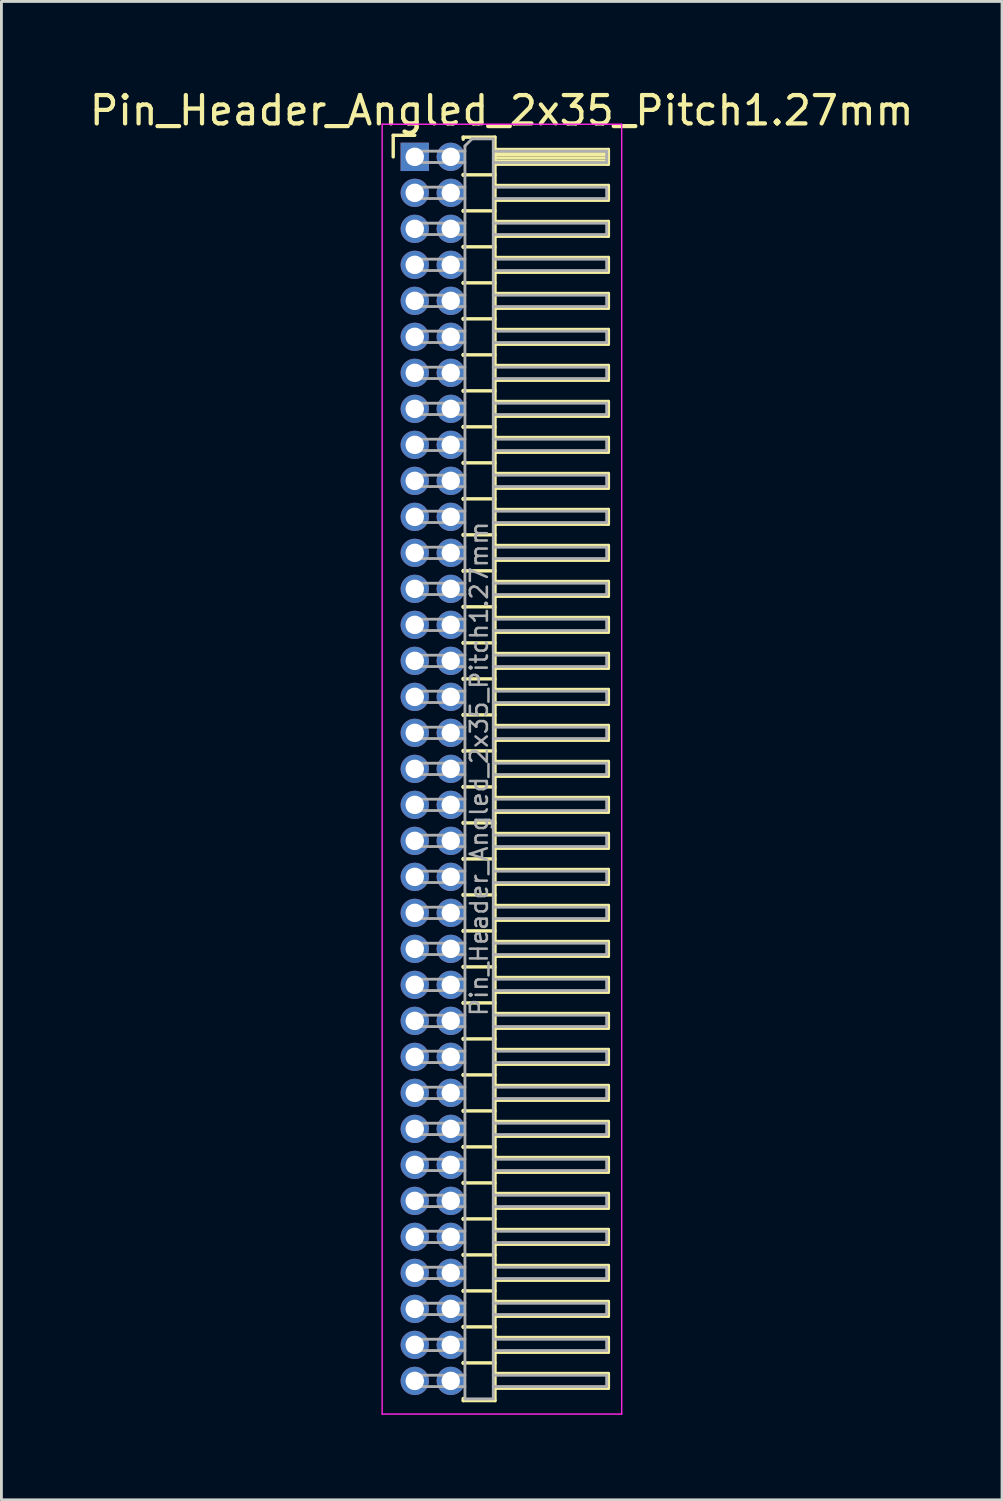
<source format=kicad_pcb>
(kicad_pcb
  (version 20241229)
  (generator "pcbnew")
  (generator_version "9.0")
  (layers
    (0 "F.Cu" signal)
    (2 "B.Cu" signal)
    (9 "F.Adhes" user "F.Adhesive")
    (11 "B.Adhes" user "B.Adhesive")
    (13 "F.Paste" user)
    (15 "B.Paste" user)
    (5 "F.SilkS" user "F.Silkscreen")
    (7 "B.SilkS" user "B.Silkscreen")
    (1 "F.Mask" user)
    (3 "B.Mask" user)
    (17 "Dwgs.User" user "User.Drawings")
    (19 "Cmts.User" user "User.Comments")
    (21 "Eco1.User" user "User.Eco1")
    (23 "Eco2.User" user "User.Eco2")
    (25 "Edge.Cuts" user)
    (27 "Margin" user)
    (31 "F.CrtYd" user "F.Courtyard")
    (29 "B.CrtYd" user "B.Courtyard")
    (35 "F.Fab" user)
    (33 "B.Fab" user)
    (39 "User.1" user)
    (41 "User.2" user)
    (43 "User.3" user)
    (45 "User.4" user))
  (footprint "Pin_Header_Angled_2x35_Pitch1.27mm"
    (layer "F.Cu")
    (at 11.581 2.483)
    (property "Reference" "Pin_Header_Angled_2x35_Pitch1.27mm" (at 3.067 -1.635 0) (layer "F.SilkS") (effects (font (size 1 1) (thickness 0.15))))
    (attr through_hole)
    (fp_line (start -0.76 -0.76) (end 0 -0.76) (stroke (width 0.12) (type solid)) (layer "F.SilkS"))
    (fp_line (start -0.76 0) (end -0.76 -0.76) (stroke (width 0.12) (type solid)) (layer "F.SilkS"))
    (fp_line (start 1.71 -0.695) (end 2.83 -0.695) (stroke (width 0.12) (type solid)) (layer "F.SilkS"))
    (fp_line (start 1.71 -0.62) (end 1.71 -0.695) (stroke (width 0.12) (type solid)) (layer "F.SilkS"))
    (fp_line (start 1.71 0.62) (end 1.71 0.65) (stroke (width 0.12) (type solid)) (layer "F.SilkS"))
    (fp_line (start 1.71 0.635) (end 2.83 0.635) (stroke (width 0.12) (type solid)) (layer "F.SilkS"))
    (fp_line (start 1.71 1.89) (end 1.71 1.92) (stroke (width 0.12) (type solid)) (layer "F.SilkS"))
    (fp_line (start 1.71 1.905) (end 2.83 1.905) (stroke (width 0.12) (type solid)) (layer "F.SilkS"))
    (fp_line (start 1.71 3.16) (end 1.71 3.19) (stroke (width 0.12) (type solid)) (layer "F.SilkS"))
    (fp_line (start 1.71 3.175) (end 2.83 3.175) (stroke (width 0.12) (type solid)) (layer "F.SilkS"))
    (fp_line (start 1.71 4.43) (end 1.71 4.46) (stroke (width 0.12) (type solid)) (layer "F.SilkS"))
    (fp_line (start 1.71 4.445) (end 2.83 4.445) (stroke (width 0.12) (type solid)) (layer "F.SilkS"))
    (fp_line (start 1.71 5.7) (end 1.71 5.73) (stroke (width 0.12) (type solid)) (layer "F.SilkS"))
    (fp_line (start 1.71 5.715) (end 2.83 5.715) (stroke (width 0.12) (type solid)) (layer "F.SilkS"))
    (fp_line (start 1.71 6.97) (end 1.71 7) (stroke (width 0.12) (type solid)) (layer "F.SilkS"))
    (fp_line (start 1.71 6.985) (end 2.83 6.985) (stroke (width 0.12) (type solid)) (layer "F.SilkS"))
    (fp_line (start 1.71 8.24) (end 1.71 8.27) (stroke (width 0.12) (type solid)) (layer "F.SilkS"))
    (fp_line (start 1.71 8.255) (end 2.83 8.255) (stroke (width 0.12) (type solid)) (layer "F.SilkS"))
    (fp_line (start 1.71 9.51) (end 1.71 9.54) (stroke (width 0.12) (type solid)) (layer "F.SilkS"))
    (fp_line (start 1.71 9.525) (end 2.83 9.525) (stroke (width 0.12) (type solid)) (layer "F.SilkS"))
    (fp_line (start 1.71 10.78) (end 1.71 10.81) (stroke (width 0.12) (type solid)) (layer "F.SilkS"))
    (fp_line (start 1.71 10.795) (end 2.83 10.795) (stroke (width 0.12) (type solid)) (layer "F.SilkS"))
    (fp_line (start 1.71 12.05) (end 1.71 12.08) (stroke (width 0.12) (type solid)) (layer "F.SilkS"))
    (fp_line (start 1.71 12.065) (end 2.83 12.065) (stroke (width 0.12) (type solid)) (layer "F.SilkS"))
    (fp_line (start 1.71 13.32) (end 1.71 13.35) (stroke (width 0.12) (type solid)) (layer "F.SilkS"))
    (fp_line (start 1.71 13.335) (end 2.83 13.335) (stroke (width 0.12) (type solid)) (layer "F.SilkS"))
    (fp_line (start 1.71 14.59) (end 1.71 14.62) (stroke (width 0.12) (type solid)) (layer "F.SilkS"))
    (fp_line (start 1.71 14.605) (end 2.83 14.605) (stroke (width 0.12) (type solid)) (layer "F.SilkS"))
    (fp_line (start 1.71 15.86) (end 1.71 15.89) (stroke (width 0.12) (type solid)) (layer "F.SilkS"))
    (fp_line (start 1.71 15.875) (end 2.83 15.875) (stroke (width 0.12) (type solid)) (layer "F.SilkS"))
    (fp_line (start 1.71 17.13) (end 1.71 17.16) (stroke (width 0.12) (type solid)) (layer "F.SilkS"))
    (fp_line (start 1.71 17.145) (end 2.83 17.145) (stroke (width 0.12) (type solid)) (layer "F.SilkS"))
    (fp_line (start 1.71 18.4) (end 1.71 18.43) (stroke (width 0.12) (type solid)) (layer "F.SilkS"))
    (fp_line (start 1.71 18.415) (end 2.83 18.415) (stroke (width 0.12) (type solid)) (layer "F.SilkS"))
    (fp_line (start 1.71 19.67) (end 1.71 19.7) (stroke (width 0.12) (type solid)) (layer "F.SilkS"))
    (fp_line (start 1.71 19.685) (end 2.83 19.685) (stroke (width 0.12) (type solid)) (layer "F.SilkS"))
    (fp_line (start 1.71 20.94) (end 1.71 20.97) (stroke (width 0.12) (type solid)) (layer "F.SilkS"))
    (fp_line (start 1.71 20.955) (end 2.83 20.955) (stroke (width 0.12) (type solid)) (layer "F.SilkS"))
    (fp_line (start 1.71 22.21) (end 1.71 22.24) (stroke (width 0.12) (type solid)) (layer "F.SilkS"))
    (fp_line (start 1.71 22.225) (end 2.83 22.225) (stroke (width 0.12) (type solid)) (layer "F.SilkS"))
    (fp_line (start 1.71 23.48) (end 1.71 23.51) (stroke (width 0.12) (type solid)) (layer "F.SilkS"))
    (fp_line (start 1.71 23.495) (end 2.83 23.495) (stroke (width 0.12) (type solid)) (layer "F.SilkS"))
    (fp_line (start 1.71 24.75) (end 1.71 24.78) (stroke (width 0.12) (type solid)) (layer "F.SilkS"))
    (fp_line (start 1.71 24.765) (end 2.83 24.765) (stroke (width 0.12) (type solid)) (layer "F.SilkS"))
    (fp_line (start 1.71 26.02) (end 1.71 26.05) (stroke (width 0.12) (type solid)) (layer "F.SilkS"))
    (fp_line (start 1.71 26.035) (end 2.83 26.035) (stroke (width 0.12) (type solid)) (layer "F.SilkS"))
    (fp_line (start 1.71 27.29) (end 1.71 27.32) (stroke (width 0.12) (type solid)) (layer "F.SilkS"))
    (fp_line (start 1.71 27.305) (end 2.83 27.305) (stroke (width 0.12) (type solid)) (layer "F.SilkS"))
    (fp_line (start 1.71 28.56) (end 1.71 28.59) (stroke (width 0.12) (type solid)) (layer "F.SilkS"))
    (fp_line (start 1.71 28.575) (end 2.83 28.575) (stroke (width 0.12) (type solid)) (layer "F.SilkS"))
    (fp_line (start 1.71 29.83) (end 1.71 29.86) (stroke (width 0.12) (type solid)) (layer "F.SilkS"))
    (fp_line (start 1.71 29.845) (end 2.83 29.845) (stroke (width 0.12) (type solid)) (layer "F.SilkS"))
    (fp_line (start 1.71 31.1) (end 1.71 31.13) (stroke (width 0.12) (type solid)) (layer "F.SilkS"))
    (fp_line (start 1.71 31.115) (end 2.83 31.115) (stroke (width 0.12) (type solid)) (layer "F.SilkS"))
    (fp_line (start 1.71 32.37) (end 1.71 32.4) (stroke (width 0.12) (type solid)) (layer "F.SilkS"))
    (fp_line (start 1.71 32.385) (end 2.83 32.385) (stroke (width 0.12) (type solid)) (layer "F.SilkS"))
    (fp_line (start 1.71 33.64) (end 1.71 33.67) (stroke (width 0.12) (type solid)) (layer "F.SilkS"))
    (fp_line (start 1.71 33.655) (end 2.83 33.655) (stroke (width 0.12) (type solid)) (layer "F.SilkS"))
    (fp_line (start 1.71 34.91) (end 1.71 34.94) (stroke (width 0.12) (type solid)) (layer "F.SilkS"))
    (fp_line (start 1.71 34.925) (end 2.83 34.925) (stroke (width 0.12) (type solid)) (layer "F.SilkS"))
    (fp_line (start 1.71 36.18) (end 1.71 36.21) (stroke (width 0.12) (type solid)) (layer "F.SilkS"))
    (fp_line (start 1.71 36.195) (end 2.83 36.195) (stroke (width 0.12) (type solid)) (layer "F.SilkS"))
    (fp_line (start 1.71 37.45) (end 1.71 37.48) (stroke (width 0.12) (type solid)) (layer "F.SilkS"))
    (fp_line (start 1.71 37.465) (end 2.83 37.465) (stroke (width 0.12) (type solid)) (layer "F.SilkS"))
    (fp_line (start 1.71 38.72) (end 1.71 38.75) (stroke (width 0.12) (type solid)) (layer "F.SilkS"))
    (fp_line (start 1.71 38.735) (end 2.83 38.735) (stroke (width 0.12) (type solid)) (layer "F.SilkS"))
    (fp_line (start 1.71 39.99) (end 1.71 40.02) (stroke (width 0.12) (type solid)) (layer "F.SilkS"))
    (fp_line (start 1.71 40.005) (end 2.83 40.005) (stroke (width 0.12) (type solid)) (layer "F.SilkS"))
    (fp_line (start 1.71 41.26) (end 1.71 41.29) (stroke (width 0.12) (type solid)) (layer "F.SilkS"))
    (fp_line (start 1.71 41.275) (end 2.83 41.275) (stroke (width 0.12) (type solid)) (layer "F.SilkS"))
    (fp_line (start 1.71 42.53) (end 1.71 42.56) (stroke (width 0.12) (type solid)) (layer "F.SilkS"))
    (fp_line (start 1.71 42.545) (end 2.83 42.545) (stroke (width 0.12) (type solid)) (layer "F.SilkS"))
    (fp_line (start 1.71 43.875) (end 1.71 43.8) (stroke (width 0.12) (type solid)) (layer "F.SilkS"))
    (fp_line (start 2.83 -0.695) (end 2.83 43.875) (stroke (width 0.12) (type solid)) (layer "F.SilkS"))
    (fp_line (start 2.83 -0.26) (end 6.83 -0.26) (stroke (width 0.12) (type solid)) (layer "F.SilkS"))
    (fp_line (start 2.83 -0.2) (end 6.83 -0.2) (stroke (width 0.12) (type solid)) (layer "F.SilkS"))
    (fp_line (start 2.83 -0.08) (end 6.83 -0.08) (stroke (width 0.12) (type solid)) (layer "F.SilkS"))
    (fp_line (start 2.83 0.04) (end 6.83 0.04) (stroke (width 0.12) (type solid)) (layer "F.SilkS"))
    (fp_line (start 2.83 0.16) (end 6.83 0.16) (stroke (width 0.12) (type solid)) (layer "F.SilkS"))
    (fp_line (start 2.83 1.01) (end 6.83 1.01) (stroke (width 0.12) (type solid)) (layer "F.SilkS"))
    (fp_line (start 2.83 2.28) (end 6.83 2.28) (stroke (width 0.12) (type solid)) (layer "F.SilkS"))
    (fp_line (start 2.83 3.55) (end 6.83 3.55) (stroke (width 0.12) (type solid)) (layer "F.SilkS"))
    (fp_line (start 2.83 4.82) (end 6.83 4.82) (stroke (width 0.12) (type solid)) (layer "F.SilkS"))
    (fp_line (start 2.83 6.09) (end 6.83 6.09) (stroke (width 0.12) (type solid)) (layer "F.SilkS"))
    (fp_line (start 2.83 7.36) (end 6.83 7.36) (stroke (width 0.12) (type solid)) (layer "F.SilkS"))
    (fp_line (start 2.83 8.63) (end 6.83 8.63) (stroke (width 0.12) (type solid)) (layer "F.SilkS"))
    (fp_line (start 2.83 9.9) (end 6.83 9.9) (stroke (width 0.12) (type solid)) (layer "F.SilkS"))
    (fp_line (start 2.83 11.17) (end 6.83 11.17) (stroke (width 0.12) (type solid)) (layer "F.SilkS"))
    (fp_line (start 2.83 12.44) (end 6.83 12.44) (stroke (width 0.12) (type solid)) (layer "F.SilkS"))
    (fp_line (start 2.83 13.71) (end 6.83 13.71) (stroke (width 0.12) (type solid)) (layer "F.SilkS"))
    (fp_line (start 2.83 14.98) (end 6.83 14.98) (stroke (width 0.12) (type solid)) (layer "F.SilkS"))
    (fp_line (start 2.83 16.25) (end 6.83 16.25) (stroke (width 0.12) (type solid)) (layer "F.SilkS"))
    (fp_line (start 2.83 17.52) (end 6.83 17.52) (stroke (width 0.12) (type solid)) (layer "F.SilkS"))
    (fp_line (start 2.83 18.79) (end 6.83 18.79) (stroke (width 0.12) (type solid)) (layer "F.SilkS"))
    (fp_line (start 2.83 20.06) (end 6.83 20.06) (stroke (width 0.12) (type solid)) (layer "F.SilkS"))
    (fp_line (start 2.83 21.33) (end 6.83 21.33) (stroke (width 0.12) (type solid)) (layer "F.SilkS"))
    (fp_line (start 2.83 22.6) (end 6.83 22.6) (stroke (width 0.12) (type solid)) (layer "F.SilkS"))
    (fp_line (start 2.83 23.87) (end 6.83 23.87) (stroke (width 0.12) (type solid)) (layer "F.SilkS"))
    (fp_line (start 2.83 25.14) (end 6.83 25.14) (stroke (width 0.12) (type solid)) (layer "F.SilkS"))
    (fp_line (start 2.83 26.41) (end 6.83 26.41) (stroke (width 0.12) (type solid)) (layer "F.SilkS"))
    (fp_line (start 2.83 27.68) (end 6.83 27.68) (stroke (width 0.12) (type solid)) (layer "F.SilkS"))
    (fp_line (start 2.83 28.95) (end 6.83 28.95) (stroke (width 0.12) (type solid)) (layer "F.SilkS"))
    (fp_line (start 2.83 30.22) (end 6.83 30.22) (stroke (width 0.12) (type solid)) (layer "F.SilkS"))
    (fp_line (start 2.83 31.49) (end 6.83 31.49) (stroke (width 0.12) (type solid)) (layer "F.SilkS"))
    (fp_line (start 2.83 32.76) (end 6.83 32.76) (stroke (width 0.12) (type solid)) (layer "F.SilkS"))
    (fp_line (start 2.83 34.03) (end 6.83 34.03) (stroke (width 0.12) (type solid)) (layer "F.SilkS"))
    (fp_line (start 2.83 35.3) (end 6.83 35.3) (stroke (width 0.12) (type solid)) (layer "F.SilkS"))
    (fp_line (start 2.83 36.57) (end 6.83 36.57) (stroke (width 0.12) (type solid)) (layer "F.SilkS"))
    (fp_line (start 2.83 37.84) (end 6.83 37.84) (stroke (width 0.12) (type solid)) (layer "F.SilkS"))
    (fp_line (start 2.83 39.11) (end 6.83 39.11) (stroke (width 0.12) (type solid)) (layer "F.SilkS"))
    (fp_line (start 2.83 40.38) (end 6.83 40.38) (stroke (width 0.12) (type solid)) (layer "F.SilkS"))
    (fp_line (start 2.83 41.65) (end 6.83 41.65) (stroke (width 0.12) (type solid)) (layer "F.SilkS"))
    (fp_line (start 2.83 42.92) (end 6.83 42.92) (stroke (width 0.12) (type solid)) (layer "F.SilkS"))
    (fp_line (start 2.83 43.875) (end 1.71 43.875) (stroke (width 0.12) (type solid)) (layer "F.SilkS"))
    (fp_line (start 6.83 -0.26) (end 6.83 0.26) (stroke (width 0.12) (type solid)) (layer "F.SilkS"))
    (fp_line (start 6.83 0.26) (end 2.83 0.26) (stroke (width 0.12) (type solid)) (layer "F.SilkS"))
    (fp_line (start 6.83 1.01) (end 6.83 1.53) (stroke (width 0.12) (type solid)) (layer "F.SilkS"))
    (fp_line (start 6.83 1.53) (end 2.83 1.53) (stroke (width 0.12) (type solid)) (layer "F.SilkS"))
    (fp_line (start 6.83 2.28) (end 6.83 2.8) (stroke (width 0.12) (type solid)) (layer "F.SilkS"))
    (fp_line (start 6.83 2.8) (end 2.83 2.8) (stroke (width 0.12) (type solid)) (layer "F.SilkS"))
    (fp_line (start 6.83 3.55) (end 6.83 4.07) (stroke (width 0.12) (type solid)) (layer "F.SilkS"))
    (fp_line (start 6.83 4.07) (end 2.83 4.07) (stroke (width 0.12) (type solid)) (layer "F.SilkS"))
    (fp_line (start 6.83 4.82) (end 6.83 5.34) (stroke (width 0.12) (type solid)) (layer "F.SilkS"))
    (fp_line (start 6.83 5.34) (end 2.83 5.34) (stroke (width 0.12) (type solid)) (layer "F.SilkS"))
    (fp_line (start 6.83 6.09) (end 6.83 6.61) (stroke (width 0.12) (type solid)) (layer "F.SilkS"))
    (fp_line (start 6.83 6.61) (end 2.83 6.61) (stroke (width 0.12) (type solid)) (layer "F.SilkS"))
    (fp_line (start 6.83 7.36) (end 6.83 7.88) (stroke (width 0.12) (type solid)) (layer "F.SilkS"))
    (fp_line (start 6.83 7.88) (end 2.83 7.88) (stroke (width 0.12) (type solid)) (layer "F.SilkS"))
    (fp_line (start 6.83 8.63) (end 6.83 9.15) (stroke (width 0.12) (type solid)) (layer "F.SilkS"))
    (fp_line (start 6.83 9.15) (end 2.83 9.15) (stroke (width 0.12) (type solid)) (layer "F.SilkS"))
    (fp_line (start 6.83 9.9) (end 6.83 10.42) (stroke (width 0.12) (type solid)) (layer "F.SilkS"))
    (fp_line (start 6.83 10.42) (end 2.83 10.42) (stroke (width 0.12) (type solid)) (layer "F.SilkS"))
    (fp_line (start 6.83 11.17) (end 6.83 11.69) (stroke (width 0.12) (type solid)) (layer "F.SilkS"))
    (fp_line (start 6.83 11.69) (end 2.83 11.69) (stroke (width 0.12) (type solid)) (layer "F.SilkS"))
    (fp_line (start 6.83 12.44) (end 6.83 12.96) (stroke (width 0.12) (type solid)) (layer "F.SilkS"))
    (fp_line (start 6.83 12.96) (end 2.83 12.96) (stroke (width 0.12) (type solid)) (layer "F.SilkS"))
    (fp_line (start 6.83 13.71) (end 6.83 14.23) (stroke (width 0.12) (type solid)) (layer "F.SilkS"))
    (fp_line (start 6.83 14.23) (end 2.83 14.23) (stroke (width 0.12) (type solid)) (layer "F.SilkS"))
    (fp_line (start 6.83 14.98) (end 6.83 15.5) (stroke (width 0.12) (type solid)) (layer "F.SilkS"))
    (fp_line (start 6.83 15.5) (end 2.83 15.5) (stroke (width 0.12) (type solid)) (layer "F.SilkS"))
    (fp_line (start 6.83 16.25) (end 6.83 16.77) (stroke (width 0.12) (type solid)) (layer "F.SilkS"))
    (fp_line (start 6.83 16.77) (end 2.83 16.77) (stroke (width 0.12) (type solid)) (layer "F.SilkS"))
    (fp_line (start 6.83 17.52) (end 6.83 18.04) (stroke (width 0.12) (type solid)) (layer "F.SilkS"))
    (fp_line (start 6.83 18.04) (end 2.83 18.04) (stroke (width 0.12) (type solid)) (layer "F.SilkS"))
    (fp_line (start 6.83 18.79) (end 6.83 19.31) (stroke (width 0.12) (type solid)) (layer "F.SilkS"))
    (fp_line (start 6.83 19.31) (end 2.83 19.31) (stroke (width 0.12) (type solid)) (layer "F.SilkS"))
    (fp_line (start 6.83 20.06) (end 6.83 20.58) (stroke (width 0.12) (type solid)) (layer "F.SilkS"))
    (fp_line (start 6.83 20.58) (end 2.83 20.58) (stroke (width 0.12) (type solid)) (layer "F.SilkS"))
    (fp_line (start 6.83 21.33) (end 6.83 21.85) (stroke (width 0.12) (type solid)) (layer "F.SilkS"))
    (fp_line (start 6.83 21.85) (end 2.83 21.85) (stroke (width 0.12) (type solid)) (layer "F.SilkS"))
    (fp_line (start 6.83 22.6) (end 6.83 23.12) (stroke (width 0.12) (type solid)) (layer "F.SilkS"))
    (fp_line (start 6.83 23.12) (end 2.83 23.12) (stroke (width 0.12) (type solid)) (layer "F.SilkS"))
    (fp_line (start 6.83 23.87) (end 6.83 24.39) (stroke (width 0.12) (type solid)) (layer "F.SilkS"))
    (fp_line (start 6.83 24.39) (end 2.83 24.39) (stroke (width 0.12) (type solid)) (layer "F.SilkS"))
    (fp_line (start 6.83 25.14) (end 6.83 25.66) (stroke (width 0.12) (type solid)) (layer "F.SilkS"))
    (fp_line (start 6.83 25.66) (end 2.83 25.66) (stroke (width 0.12) (type solid)) (layer "F.SilkS"))
    (fp_line (start 6.83 26.41) (end 6.83 26.93) (stroke (width 0.12) (type solid)) (layer "F.SilkS"))
    (fp_line (start 6.83 26.93) (end 2.83 26.93) (stroke (width 0.12) (type solid)) (layer "F.SilkS"))
    (fp_line (start 6.83 27.68) (end 6.83 28.2) (stroke (width 0.12) (type solid)) (layer "F.SilkS"))
    (fp_line (start 6.83 28.2) (end 2.83 28.2) (stroke (width 0.12) (type solid)) (layer "F.SilkS"))
    (fp_line (start 6.83 28.95) (end 6.83 29.47) (stroke (width 0.12) (type solid)) (layer "F.SilkS"))
    (fp_line (start 6.83 29.47) (end 2.83 29.47) (stroke (width 0.12) (type solid)) (layer "F.SilkS"))
    (fp_line (start 6.83 30.22) (end 6.83 30.74) (stroke (width 0.12) (type solid)) (layer "F.SilkS"))
    (fp_line (start 6.83 30.74) (end 2.83 30.74) (stroke (width 0.12) (type solid)) (layer "F.SilkS"))
    (fp_line (start 6.83 31.49) (end 6.83 32.01) (stroke (width 0.12) (type solid)) (layer "F.SilkS"))
    (fp_line (start 6.83 32.01) (end 2.83 32.01) (stroke (width 0.12) (type solid)) (layer "F.SilkS"))
    (fp_line (start 6.83 32.76) (end 6.83 33.28) (stroke (width 0.12) (type solid)) (layer "F.SilkS"))
    (fp_line (start 6.83 33.28) (end 2.83 33.28) (stroke (width 0.12) (type solid)) (layer "F.SilkS"))
    (fp_line (start 6.83 34.03) (end 6.83 34.55) (stroke (width 0.12) (type solid)) (layer "F.SilkS"))
    (fp_line (start 6.83 34.55) (end 2.83 34.55) (stroke (width 0.12) (type solid)) (layer "F.SilkS"))
    (fp_line (start 6.83 35.3) (end 6.83 35.82) (stroke (width 0.12) (type solid)) (layer "F.SilkS"))
    (fp_line (start 6.83 35.82) (end 2.83 35.82) (stroke (width 0.12) (type solid)) (layer "F.SilkS"))
    (fp_line (start 6.83 36.57) (end 6.83 37.09) (stroke (width 0.12) (type solid)) (layer "F.SilkS"))
    (fp_line (start 6.83 37.09) (end 2.83 37.09) (stroke (width 0.12) (type solid)) (layer "F.SilkS"))
    (fp_line (start 6.83 37.84) (end 6.83 38.36) (stroke (width 0.12) (type solid)) (layer "F.SilkS"))
    (fp_line (start 6.83 38.36) (end 2.83 38.36) (stroke (width 0.12) (type solid)) (layer "F.SilkS"))
    (fp_line (start 6.83 39.11) (end 6.83 39.63) (stroke (width 0.12) (type solid)) (layer "F.SilkS"))
    (fp_line (start 6.83 39.63) (end 2.83 39.63) (stroke (width 0.12) (type solid)) (layer "F.SilkS"))
    (fp_line (start 6.83 40.38) (end 6.83 40.9) (stroke (width 0.12) (type solid)) (layer "F.SilkS"))
    (fp_line (start 6.83 40.9) (end 2.83 40.9) (stroke (width 0.12) (type solid)) (layer "F.SilkS"))
    (fp_line (start 6.83 41.65) (end 6.83 42.17) (stroke (width 0.12) (type solid)) (layer "F.SilkS"))
    (fp_line (start 6.83 42.17) (end 2.83 42.17) (stroke (width 0.12) (type solid)) (layer "F.SilkS"))
    (fp_line (start 6.83 42.92) (end 6.83 43.44) (stroke (width 0.12) (type solid)) (layer "F.SilkS"))
    (fp_line (start 6.83 43.44) (end 2.83 43.44) (stroke (width 0.12) (type solid)) (layer "F.SilkS"))
    (fp_line (start -1.15 -1.15) (end -1.15 44.35) (stroke (width 0.05) (type solid)) (layer "F.CrtYd"))
    (fp_line (start -1.15 44.35) (end 7.3 44.35) (stroke (width 0.05) (type solid)) (layer "F.CrtYd"))
    (fp_line (start 7.3 -1.15) (end -1.15 -1.15) (stroke (width 0.05) (type solid)) (layer "F.CrtYd"))
    (fp_line (start 7.3 44.35) (end 7.3 -1.15) (stroke (width 0.05) (type solid)) (layer "F.CrtYd"))
    (fp_line (start -0.2 -0.2) (end -0.2 0.2) (stroke (width 0.1) (type solid)) (layer "F.Fab"))
    (fp_line (start -0.2 -0.2) (end 1.77 -0.2) (stroke (width 0.1) (type solid)) (layer "F.Fab"))
    (fp_line (start -0.2 0.2) (end 1.77 0.2) (stroke (width 0.1) (type solid)) (layer "F.Fab"))
    (fp_line (start -0.2 1.07) (end -0.2 1.47) (stroke (width 0.1) (type solid)) (layer "F.Fab"))
    (fp_line (start -0.2 1.07) (end 1.77 1.07) (stroke (width 0.1) (type solid)) (layer "F.Fab"))
    (fp_line (start -0.2 1.47) (end 1.77 1.47) (stroke (width 0.1) (type solid)) (layer "F.Fab"))
    (fp_line (start -0.2 2.34) (end -0.2 2.74) (stroke (width 0.1) (type solid)) (layer "F.Fab"))
    (fp_line (start -0.2 2.34) (end 1.77 2.34) (stroke (width 0.1) (type solid)) (layer "F.Fab"))
    (fp_line (start -0.2 2.74) (end 1.77 2.74) (stroke (width 0.1) (type solid)) (layer "F.Fab"))
    (fp_line (start -0.2 3.61) (end -0.2 4.01) (stroke (width 0.1) (type solid)) (layer "F.Fab"))
    (fp_line (start -0.2 3.61) (end 1.77 3.61) (stroke (width 0.1) (type solid)) (layer "F.Fab"))
    (fp_line (start -0.2 4.01) (end 1.77 4.01) (stroke (width 0.1) (type solid)) (layer "F.Fab"))
    (fp_line (start -0.2 4.88) (end -0.2 5.28) (stroke (width 0.1) (type solid)) (layer "F.Fab"))
    (fp_line (start -0.2 4.88) (end 1.77 4.88) (stroke (width 0.1) (type solid)) (layer "F.Fab"))
    (fp_line (start -0.2 5.28) (end 1.77 5.28) (stroke (width 0.1) (type solid)) (layer "F.Fab"))
    (fp_line (start -0.2 6.15) (end -0.2 6.55) (stroke (width 0.1) (type solid)) (layer "F.Fab"))
    (fp_line (start -0.2 6.15) (end 1.77 6.15) (stroke (width 0.1) (type solid)) (layer "F.Fab"))
    (fp_line (start -0.2 6.55) (end 1.77 6.55) (stroke (width 0.1) (type solid)) (layer "F.Fab"))
    (fp_line (start -0.2 7.42) (end -0.2 7.82) (stroke (width 0.1) (type solid)) (layer "F.Fab"))
    (fp_line (start -0.2 7.42) (end 1.77 7.42) (stroke (width 0.1) (type solid)) (layer "F.Fab"))
    (fp_line (start -0.2 7.82) (end 1.77 7.82) (stroke (width 0.1) (type solid)) (layer "F.Fab"))
    (fp_line (start -0.2 8.69) (end -0.2 9.09) (stroke (width 0.1) (type solid)) (layer "F.Fab"))
    (fp_line (start -0.2 8.69) (end 1.77 8.69) (stroke (width 0.1) (type solid)) (layer "F.Fab"))
    (fp_line (start -0.2 9.09) (end 1.77 9.09) (stroke (width 0.1) (type solid)) (layer "F.Fab"))
    (fp_line (start -0.2 9.96) (end -0.2 10.36) (stroke (width 0.1) (type solid)) (layer "F.Fab"))
    (fp_line (start -0.2 9.96) (end 1.77 9.96) (stroke (width 0.1) (type solid)) (layer "F.Fab"))
    (fp_line (start -0.2 10.36) (end 1.77 10.36) (stroke (width 0.1) (type solid)) (layer "F.Fab"))
    (fp_line (start -0.2 11.23) (end -0.2 11.63) (stroke (width 0.1) (type solid)) (layer "F.Fab"))
    (fp_line (start -0.2 11.23) (end 1.77 11.23) (stroke (width 0.1) (type solid)) (layer "F.Fab"))
    (fp_line (start -0.2 11.63) (end 1.77 11.63) (stroke (width 0.1) (type solid)) (layer "F.Fab"))
    (fp_line (start -0.2 12.5) (end -0.2 12.9) (stroke (width 0.1) (type solid)) (layer "F.Fab"))
    (fp_line (start -0.2 12.5) (end 1.77 12.5) (stroke (width 0.1) (type solid)) (layer "F.Fab"))
    (fp_line (start -0.2 12.9) (end 1.77 12.9) (stroke (width 0.1) (type solid)) (layer "F.Fab"))
    (fp_line (start -0.2 13.77) (end -0.2 14.17) (stroke (width 0.1) (type solid)) (layer "F.Fab"))
    (fp_line (start -0.2 13.77) (end 1.77 13.77) (stroke (width 0.1) (type solid)) (layer "F.Fab"))
    (fp_line (start -0.2 14.17) (end 1.77 14.17) (stroke (width 0.1) (type solid)) (layer "F.Fab"))
    (fp_line (start -0.2 15.04) (end -0.2 15.44) (stroke (width 0.1) (type solid)) (layer "F.Fab"))
    (fp_line (start -0.2 15.04) (end 1.77 15.04) (stroke (width 0.1) (type solid)) (layer "F.Fab"))
    (fp_line (start -0.2 15.44) (end 1.77 15.44) (stroke (width 0.1) (type solid)) (layer "F.Fab"))
    (fp_line (start -0.2 16.31) (end -0.2 16.71) (stroke (width 0.1) (type solid)) (layer "F.Fab"))
    (fp_line (start -0.2 16.31) (end 1.77 16.31) (stroke (width 0.1) (type solid)) (layer "F.Fab"))
    (fp_line (start -0.2 16.71) (end 1.77 16.71) (stroke (width 0.1) (type solid)) (layer "F.Fab"))
    (fp_line (start -0.2 17.58) (end -0.2 17.98) (stroke (width 0.1) (type solid)) (layer "F.Fab"))
    (fp_line (start -0.2 17.58) (end 1.77 17.58) (stroke (width 0.1) (type solid)) (layer "F.Fab"))
    (fp_line (start -0.2 17.98) (end 1.77 17.98) (stroke (width 0.1) (type solid)) (layer "F.Fab"))
    (fp_line (start -0.2 18.85) (end -0.2 19.25) (stroke (width 0.1) (type solid)) (layer "F.Fab"))
    (fp_line (start -0.2 18.85) (end 1.77 18.85) (stroke (width 0.1) (type solid)) (layer "F.Fab"))
    (fp_line (start -0.2 19.25) (end 1.77 19.25) (stroke (width 0.1) (type solid)) (layer "F.Fab"))
    (fp_line (start -0.2 20.12) (end -0.2 20.52) (stroke (width 0.1) (type solid)) (layer "F.Fab"))
    (fp_line (start -0.2 20.12) (end 1.77 20.12) (stroke (width 0.1) (type solid)) (layer "F.Fab"))
    (fp_line (start -0.2 20.52) (end 1.77 20.52) (stroke (width 0.1) (type solid)) (layer "F.Fab"))
    (fp_line (start -0.2 21.39) (end -0.2 21.79) (stroke (width 0.1) (type solid)) (layer "F.Fab"))
    (fp_line (start -0.2 21.39) (end 1.77 21.39) (stroke (width 0.1) (type solid)) (layer "F.Fab"))
    (fp_line (start -0.2 21.79) (end 1.77 21.79) (stroke (width 0.1) (type solid)) (layer "F.Fab"))
    (fp_line (start -0.2 22.66) (end -0.2 23.06) (stroke (width 0.1) (type solid)) (layer "F.Fab"))
    (fp_line (start -0.2 22.66) (end 1.77 22.66) (stroke (width 0.1) (type solid)) (layer "F.Fab"))
    (fp_line (start -0.2 23.06) (end 1.77 23.06) (stroke (width 0.1) (type solid)) (layer "F.Fab"))
    (fp_line (start -0.2 23.93) (end -0.2 24.33) (stroke (width 0.1) (type solid)) (layer "F.Fab"))
    (fp_line (start -0.2 23.93) (end 1.77 23.93) (stroke (width 0.1) (type solid)) (layer "F.Fab"))
    (fp_line (start -0.2 24.33) (end 1.77 24.33) (stroke (width 0.1) (type solid)) (layer "F.Fab"))
    (fp_line (start -0.2 25.2) (end -0.2 25.6) (stroke (width 0.1) (type solid)) (layer "F.Fab"))
    (fp_line (start -0.2 25.2) (end 1.77 25.2) (stroke (width 0.1) (type solid)) (layer "F.Fab"))
    (fp_line (start -0.2 25.6) (end 1.77 25.6) (stroke (width 0.1) (type solid)) (layer "F.Fab"))
    (fp_line (start -0.2 26.47) (end -0.2 26.87) (stroke (width 0.1) (type solid)) (layer "F.Fab"))
    (fp_line (start -0.2 26.47) (end 1.77 26.47) (stroke (width 0.1) (type solid)) (layer "F.Fab"))
    (fp_line (start -0.2 26.87) (end 1.77 26.87) (stroke (width 0.1) (type solid)) (layer "F.Fab"))
    (fp_line (start -0.2 27.74) (end -0.2 28.14) (stroke (width 0.1) (type solid)) (layer "F.Fab"))
    (fp_line (start -0.2 27.74) (end 1.77 27.74) (stroke (width 0.1) (type solid)) (layer "F.Fab"))
    (fp_line (start -0.2 28.14) (end 1.77 28.14) (stroke (width 0.1) (type solid)) (layer "F.Fab"))
    (fp_line (start -0.2 29.01) (end -0.2 29.41) (stroke (width 0.1) (type solid)) (layer "F.Fab"))
    (fp_line (start -0.2 29.01) (end 1.77 29.01) (stroke (width 0.1) (type solid)) (layer "F.Fab"))
    (fp_line (start -0.2 29.41) (end 1.77 29.41) (stroke (width 0.1) (type solid)) (layer "F.Fab"))
    (fp_line (start -0.2 30.28) (end -0.2 30.68) (stroke (width 0.1) (type solid)) (layer "F.Fab"))
    (fp_line (start -0.2 30.28) (end 1.77 30.28) (stroke (width 0.1) (type solid)) (layer "F.Fab"))
    (fp_line (start -0.2 30.68) (end 1.77 30.68) (stroke (width 0.1) (type solid)) (layer "F.Fab"))
    (fp_line (start -0.2 31.55) (end -0.2 31.95) (stroke (width 0.1) (type solid)) (layer "F.Fab"))
    (fp_line (start -0.2 31.55) (end 1.77 31.55) (stroke (width 0.1) (type solid)) (layer "F.Fab"))
    (fp_line (start -0.2 31.95) (end 1.77 31.95) (stroke (width 0.1) (type solid)) (layer "F.Fab"))
    (fp_line (start -0.2 32.82) (end -0.2 33.22) (stroke (width 0.1) (type solid)) (layer "F.Fab"))
    (fp_line (start -0.2 32.82) (end 1.77 32.82) (stroke (width 0.1) (type solid)) (layer "F.Fab"))
    (fp_line (start -0.2 33.22) (end 1.77 33.22) (stroke (width 0.1) (type solid)) (layer "F.Fab"))
    (fp_line (start -0.2 34.09) (end -0.2 34.49) (stroke (width 0.1) (type solid)) (layer "F.Fab"))
    (fp_line (start -0.2 34.09) (end 1.77 34.09) (stroke (width 0.1) (type solid)) (layer "F.Fab"))
    (fp_line (start -0.2 34.49) (end 1.77 34.49) (stroke (width 0.1) (type solid)) (layer "F.Fab"))
    (fp_line (start -0.2 35.36) (end -0.2 35.76) (stroke (width 0.1) (type solid)) (layer "F.Fab"))
    (fp_line (start -0.2 35.36) (end 1.77 35.36) (stroke (width 0.1) (type solid)) (layer "F.Fab"))
    (fp_line (start -0.2 35.76) (end 1.77 35.76) (stroke (width 0.1) (type solid)) (layer "F.Fab"))
    (fp_line (start -0.2 36.63) (end -0.2 37.03) (stroke (width 0.1) (type solid)) (layer "F.Fab"))
    (fp_line (start -0.2 36.63) (end 1.77 36.63) (stroke (width 0.1) (type solid)) (layer "F.Fab"))
    (fp_line (start -0.2 37.03) (end 1.77 37.03) (stroke (width 0.1) (type solid)) (layer "F.Fab"))
    (fp_line (start -0.2 37.9) (end -0.2 38.3) (stroke (width 0.1) (type solid)) (layer "F.Fab"))
    (fp_line (start -0.2 37.9) (end 1.77 37.9) (stroke (width 0.1) (type solid)) (layer "F.Fab"))
    (fp_line (start -0.2 38.3) (end 1.77 38.3) (stroke (width 0.1) (type solid)) (layer "F.Fab"))
    (fp_line (start -0.2 39.17) (end -0.2 39.57) (stroke (width 0.1) (type solid)) (layer "F.Fab"))
    (fp_line (start -0.2 39.17) (end 1.77 39.17) (stroke (width 0.1) (type solid)) (layer "F.Fab"))
    (fp_line (start -0.2 39.57) (end 1.77 39.57) (stroke (width 0.1) (type solid)) (layer "F.Fab"))
    (fp_line (start -0.2 40.44) (end -0.2 40.84) (stroke (width 0.1) (type solid)) (layer "F.Fab"))
    (fp_line (start -0.2 40.44) (end 1.77 40.44) (stroke (width 0.1) (type solid)) (layer "F.Fab"))
    (fp_line (start -0.2 40.84) (end 1.77 40.84) (stroke (width 0.1) (type solid)) (layer "F.Fab"))
    (fp_line (start -0.2 41.71) (end -0.2 42.11) (stroke (width 0.1) (type solid)) (layer "F.Fab"))
    (fp_line (start -0.2 41.71) (end 1.77 41.71) (stroke (width 0.1) (type solid)) (layer "F.Fab"))
    (fp_line (start -0.2 42.11) (end 1.77 42.11) (stroke (width 0.1) (type solid)) (layer "F.Fab"))
    (fp_line (start -0.2 42.98) (end -0.2 43.38) (stroke (width 0.1) (type solid)) (layer "F.Fab"))
    (fp_line (start -0.2 42.98) (end 1.77 42.98) (stroke (width 0.1) (type solid)) (layer "F.Fab"))
    (fp_line (start -0.2 43.38) (end 1.77 43.38) (stroke (width 0.1) (type solid)) (layer "F.Fab"))
    (fp_line (start 1.77 -0.385) (end 2.02 -0.635) (stroke (width 0.1) (type solid)) (layer "F.Fab"))
    (fp_line (start 1.77 43.815) (end 1.77 -0.385) (stroke (width 0.1) (type solid)) (layer "F.Fab"))
    (fp_line (start 2.02 -0.635) (end 2.77 -0.635) (stroke (width 0.1) (type solid)) (layer "F.Fab"))
    (fp_line (start 2.77 -0.635) (end 2.77 43.815) (stroke (width 0.1) (type solid)) (layer "F.Fab"))
    (fp_line (start 2.77 -0.2) (end 6.77 -0.2) (stroke (width 0.1) (type solid)) (layer "F.Fab"))
    (fp_line (start 2.77 0.2) (end 6.77 0.2) (stroke (width 0.1) (type solid)) (layer "F.Fab"))
    (fp_line (start 2.77 1.07) (end 6.77 1.07) (stroke (width 0.1) (type solid)) (layer "F.Fab"))
    (fp_line (start 2.77 1.47) (end 6.77 1.47) (stroke (width 0.1) (type solid)) (layer "F.Fab"))
    (fp_line (start 2.77 2.34) (end 6.77 2.34) (stroke (width 0.1) (type solid)) (layer "F.Fab"))
    (fp_line (start 2.77 2.74) (end 6.77 2.74) (stroke (width 0.1) (type solid)) (layer "F.Fab"))
    (fp_line (start 2.77 3.61) (end 6.77 3.61) (stroke (width 0.1) (type solid)) (layer "F.Fab"))
    (fp_line (start 2.77 4.01) (end 6.77 4.01) (stroke (width 0.1) (type solid)) (layer "F.Fab"))
    (fp_line (start 2.77 4.88) (end 6.77 4.88) (stroke (width 0.1) (type solid)) (layer "F.Fab"))
    (fp_line (start 2.77 5.28) (end 6.77 5.28) (stroke (width 0.1) (type solid)) (layer "F.Fab"))
    (fp_line (start 2.77 6.15) (end 6.77 6.15) (stroke (width 0.1) (type solid)) (layer "F.Fab"))
    (fp_line (start 2.77 6.55) (end 6.77 6.55) (stroke (width 0.1) (type solid)) (layer "F.Fab"))
    (fp_line (start 2.77 7.42) (end 6.77 7.42) (stroke (width 0.1) (type solid)) (layer "F.Fab"))
    (fp_line (start 2.77 7.82) (end 6.77 7.82) (stroke (width 0.1) (type solid)) (layer "F.Fab"))
    (fp_line (start 2.77 8.69) (end 6.77 8.69) (stroke (width 0.1) (type solid)) (layer "F.Fab"))
    (fp_line (start 2.77 9.09) (end 6.77 9.09) (stroke (width 0.1) (type solid)) (layer "F.Fab"))
    (fp_line (start 2.77 9.96) (end 6.77 9.96) (stroke (width 0.1) (type solid)) (layer "F.Fab"))
    (fp_line (start 2.77 10.36) (end 6.77 10.36) (stroke (width 0.1) (type solid)) (layer "F.Fab"))
    (fp_line (start 2.77 11.23) (end 6.77 11.23) (stroke (width 0.1) (type solid)) (layer "F.Fab"))
    (fp_line (start 2.77 11.63) (end 6.77 11.63) (stroke (width 0.1) (type solid)) (layer "F.Fab"))
    (fp_line (start 2.77 12.5) (end 6.77 12.5) (stroke (width 0.1) (type solid)) (layer "F.Fab"))
    (fp_line (start 2.77 12.9) (end 6.77 12.9) (stroke (width 0.1) (type solid)) (layer "F.Fab"))
    (fp_line (start 2.77 13.77) (end 6.77 13.77) (stroke (width 0.1) (type solid)) (layer "F.Fab"))
    (fp_line (start 2.77 14.17) (end 6.77 14.17) (stroke (width 0.1) (type solid)) (layer "F.Fab"))
    (fp_line (start 2.77 15.04) (end 6.77 15.04) (stroke (width 0.1) (type solid)) (layer "F.Fab"))
    (fp_line (start 2.77 15.44) (end 6.77 15.44) (stroke (width 0.1) (type solid)) (layer "F.Fab"))
    (fp_line (start 2.77 16.31) (end 6.77 16.31) (stroke (width 0.1) (type solid)) (layer "F.Fab"))
    (fp_line (start 2.77 16.71) (end 6.77 16.71) (stroke (width 0.1) (type solid)) (layer "F.Fab"))
    (fp_line (start 2.77 17.58) (end 6.77 17.58) (stroke (width 0.1) (type solid)) (layer "F.Fab"))
    (fp_line (start 2.77 17.98) (end 6.77 17.98) (stroke (width 0.1) (type solid)) (layer "F.Fab"))
    (fp_line (start 2.77 18.85) (end 6.77 18.85) (stroke (width 0.1) (type solid)) (layer "F.Fab"))
    (fp_line (start 2.77 19.25) (end 6.77 19.25) (stroke (width 0.1) (type solid)) (layer "F.Fab"))
    (fp_line (start 2.77 20.12) (end 6.77 20.12) (stroke (width 0.1) (type solid)) (layer "F.Fab"))
    (fp_line (start 2.77 20.52) (end 6.77 20.52) (stroke (width 0.1) (type solid)) (layer "F.Fab"))
    (fp_line (start 2.77 21.39) (end 6.77 21.39) (stroke (width 0.1) (type solid)) (layer "F.Fab"))
    (fp_line (start 2.77 21.79) (end 6.77 21.79) (stroke (width 0.1) (type solid)) (layer "F.Fab"))
    (fp_line (start 2.77 22.66) (end 6.77 22.66) (stroke (width 0.1) (type solid)) (layer "F.Fab"))
    (fp_line (start 2.77 23.06) (end 6.77 23.06) (stroke (width 0.1) (type solid)) (layer "F.Fab"))
    (fp_line (start 2.77 23.93) (end 6.77 23.93) (stroke (width 0.1) (type solid)) (layer "F.Fab"))
    (fp_line (start 2.77 24.33) (end 6.77 24.33) (stroke (width 0.1) (type solid)) (layer "F.Fab"))
    (fp_line (start 2.77 25.2) (end 6.77 25.2) (stroke (width 0.1) (type solid)) (layer "F.Fab"))
    (fp_line (start 2.77 25.6) (end 6.77 25.6) (stroke (width 0.1) (type solid)) (layer "F.Fab"))
    (fp_line (start 2.77 26.47) (end 6.77 26.47) (stroke (width 0.1) (type solid)) (layer "F.Fab"))
    (fp_line (start 2.77 26.87) (end 6.77 26.87) (stroke (width 0.1) (type solid)) (layer "F.Fab"))
    (fp_line (start 2.77 27.74) (end 6.77 27.74) (stroke (width 0.1) (type solid)) (layer "F.Fab"))
    (fp_line (start 2.77 28.14) (end 6.77 28.14) (stroke (width 0.1) (type solid)) (layer "F.Fab"))
    (fp_line (start 2.77 29.01) (end 6.77 29.01) (stroke (width 0.1) (type solid)) (layer "F.Fab"))
    (fp_line (start 2.77 29.41) (end 6.77 29.41) (stroke (width 0.1) (type solid)) (layer "F.Fab"))
    (fp_line (start 2.77 30.28) (end 6.77 30.28) (stroke (width 0.1) (type solid)) (layer "F.Fab"))
    (fp_line (start 2.77 30.68) (end 6.77 30.68) (stroke (width 0.1) (type solid)) (layer "F.Fab"))
    (fp_line (start 2.77 31.55) (end 6.77 31.55) (stroke (width 0.1) (type solid)) (layer "F.Fab"))
    (fp_line (start 2.77 31.95) (end 6.77 31.95) (stroke (width 0.1) (type solid)) (layer "F.Fab"))
    (fp_line (start 2.77 32.82) (end 6.77 32.82) (stroke (width 0.1) (type solid)) (layer "F.Fab"))
    (fp_line (start 2.77 33.22) (end 6.77 33.22) (stroke (width 0.1) (type solid)) (layer "F.Fab"))
    (fp_line (start 2.77 34.09) (end 6.77 34.09) (stroke (width 0.1) (type solid)) (layer "F.Fab"))
    (fp_line (start 2.77 34.49) (end 6.77 34.49) (stroke (width 0.1) (type solid)) (layer "F.Fab"))
    (fp_line (start 2.77 35.36) (end 6.77 35.36) (stroke (width 0.1) (type solid)) (layer "F.Fab"))
    (fp_line (start 2.77 35.76) (end 6.77 35.76) (stroke (width 0.1) (type solid)) (layer "F.Fab"))
    (fp_line (start 2.77 36.63) (end 6.77 36.63) (stroke (width 0.1) (type solid)) (layer "F.Fab"))
    (fp_line (start 2.77 37.03) (end 6.77 37.03) (stroke (width 0.1) (type solid)) (layer "F.Fab"))
    (fp_line (start 2.77 37.9) (end 6.77 37.9) (stroke (width 0.1) (type solid)) (layer "F.Fab"))
    (fp_line (start 2.77 38.3) (end 6.77 38.3) (stroke (width 0.1) (type solid)) (layer "F.Fab"))
    (fp_line (start 2.77 39.17) (end 6.77 39.17) (stroke (width 0.1) (type solid)) (layer "F.Fab"))
    (fp_line (start 2.77 39.57) (end 6.77 39.57) (stroke (width 0.1) (type solid)) (layer "F.Fab"))
    (fp_line (start 2.77 40.44) (end 6.77 40.44) (stroke (width 0.1) (type solid)) (layer "F.Fab"))
    (fp_line (start 2.77 40.84) (end 6.77 40.84) (stroke (width 0.1) (type solid)) (layer "F.Fab"))
    (fp_line (start 2.77 41.71) (end 6.77 41.71) (stroke (width 0.1) (type solid)) (layer "F.Fab"))
    (fp_line (start 2.77 42.11) (end 6.77 42.11) (stroke (width 0.1) (type solid)) (layer "F.Fab"))
    (fp_line (start 2.77 42.98) (end 6.77 42.98) (stroke (width 0.1) (type solid)) (layer "F.Fab"))
    (fp_line (start 2.77 43.38) (end 6.77 43.38) (stroke (width 0.1) (type solid)) (layer "F.Fab"))
    (fp_line (start 2.77 43.815) (end 1.77 43.815) (stroke (width 0.1) (type solid)) (layer "F.Fab"))
    (fp_line (start 6.77 -0.2) (end 6.77 0.2) (stroke (width 0.1) (type solid)) (layer "F.Fab"))
    (fp_line (start 6.77 1.07) (end 6.77 1.47) (stroke (width 0.1) (type solid)) (layer "F.Fab"))
    (fp_line (start 6.77 2.34) (end 6.77 2.74) (stroke (width 0.1) (type solid)) (layer "F.Fab"))
    (fp_line (start 6.77 3.61) (end 6.77 4.01) (stroke (width 0.1) (type solid)) (layer "F.Fab"))
    (fp_line (start 6.77 4.88) (end 6.77 5.28) (stroke (width 0.1) (type solid)) (layer "F.Fab"))
    (fp_line (start 6.77 6.15) (end 6.77 6.55) (stroke (width 0.1) (type solid)) (layer "F.Fab"))
    (fp_line (start 6.77 7.42) (end 6.77 7.82) (stroke (width 0.1) (type solid)) (layer "F.Fab"))
    (fp_line (start 6.77 8.69) (end 6.77 9.09) (stroke (width 0.1) (type solid)) (layer "F.Fab"))
    (fp_line (start 6.77 9.96) (end 6.77 10.36) (stroke (width 0.1) (type solid)) (layer "F.Fab"))
    (fp_line (start 6.77 11.23) (end 6.77 11.63) (stroke (width 0.1) (type solid)) (layer "F.Fab"))
    (fp_line (start 6.77 12.5) (end 6.77 12.9) (stroke (width 0.1) (type solid)) (layer "F.Fab"))
    (fp_line (start 6.77 13.77) (end 6.77 14.17) (stroke (width 0.1) (type solid)) (layer "F.Fab"))
    (fp_line (start 6.77 15.04) (end 6.77 15.44) (stroke (width 0.1) (type solid)) (layer "F.Fab"))
    (fp_line (start 6.77 16.31) (end 6.77 16.71) (stroke (width 0.1) (type solid)) (layer "F.Fab"))
    (fp_line (start 6.77 17.58) (end 6.77 17.98) (stroke (width 0.1) (type solid)) (layer "F.Fab"))
    (fp_line (start 6.77 18.85) (end 6.77 19.25) (stroke (width 0.1) (type solid)) (layer "F.Fab"))
    (fp_line (start 6.77 20.12) (end 6.77 20.52) (stroke (width 0.1) (type solid)) (layer "F.Fab"))
    (fp_line (start 6.77 21.39) (end 6.77 21.79) (stroke (width 0.1) (type solid)) (layer "F.Fab"))
    (fp_line (start 6.77 22.66) (end 6.77 23.06) (stroke (width 0.1) (type solid)) (layer "F.Fab"))
    (fp_line (start 6.77 23.93) (end 6.77 24.33) (stroke (width 0.1) (type solid)) (layer "F.Fab"))
    (fp_line (start 6.77 25.2) (end 6.77 25.6) (stroke (width 0.1) (type solid)) (layer "F.Fab"))
    (fp_line (start 6.77 26.47) (end 6.77 26.87) (stroke (width 0.1) (type solid)) (layer "F.Fab"))
    (fp_line (start 6.77 27.74) (end 6.77 28.14) (stroke (width 0.1) (type solid)) (layer "F.Fab"))
    (fp_line (start 6.77 29.01) (end 6.77 29.41) (stroke (width 0.1) (type solid)) (layer "F.Fab"))
    (fp_line (start 6.77 30.28) (end 6.77 30.68) (stroke (width 0.1) (type solid)) (layer "F.Fab"))
    (fp_line (start 6.77 31.55) (end 6.77 31.95) (stroke (width 0.1) (type solid)) (layer "F.Fab"))
    (fp_line (start 6.77 32.82) (end 6.77 33.22) (stroke (width 0.1) (type solid)) (layer "F.Fab"))
    (fp_line (start 6.77 34.09) (end 6.77 34.49) (stroke (width 0.1) (type solid)) (layer "F.Fab"))
    (fp_line (start 6.77 35.36) (end 6.77 35.76) (stroke (width 0.1) (type solid)) (layer "F.Fab"))
    (fp_line (start 6.77 36.63) (end 6.77 37.03) (stroke (width 0.1) (type solid)) (layer "F.Fab"))
    (fp_line (start 6.77 37.9) (end 6.77 38.3) (stroke (width 0.1) (type solid)) (layer "F.Fab"))
    (fp_line (start 6.77 39.17) (end 6.77 39.57) (stroke (width 0.1) (type solid)) (layer "F.Fab"))
    (fp_line (start 6.77 40.44) (end 6.77 40.84) (stroke (width 0.1) (type solid)) (layer "F.Fab"))
    (fp_line (start 6.77 41.71) (end 6.77 42.11) (stroke (width 0.1) (type solid)) (layer "F.Fab"))
    (fp_line (start 6.77 42.98) (end 6.77 43.38) (stroke (width 0.1) (type solid)) (layer "F.Fab"))
    (fp_text user "${REFERENCE}" (at 2.27 21.59 90) (layer "F.Fab") (effects (font (size 0.6 0.6) (thickness 0.09))))
    (pad "1" thru_hole rect (at 0 0) (size 1 1) (drill 0.65) (layers "*.Cu" "*.Mask"))
    (pad "2" thru_hole oval (at 1.27 0) (size 1 1) (drill 0.65) (layers "*.Cu" "*.Mask"))
    (pad "3" thru_hole oval (at 0 1.27) (size 1 1) (drill 0.65) (layers "*.Cu" "*.Mask"))
    (pad "4" thru_hole oval (at 1.27 1.27) (size 1 1) (drill 0.65) (layers "*.Cu" "*.Mask"))
    (pad "5" thru_hole oval (at 0 2.54) (size 1 1) (drill 0.65) (layers "*.Cu" "*.Mask"))
    (pad "6" thru_hole oval (at 1.27 2.54) (size 1 1) (drill 0.65) (layers "*.Cu" "*.Mask"))
    (pad "7" thru_hole oval (at 0 3.81) (size 1 1) (drill 0.65) (layers "*.Cu" "*.Mask"))
    (pad "8" thru_hole oval (at 1.27 3.81) (size 1 1) (drill 0.65) (layers "*.Cu" "*.Mask"))
    (pad "9" thru_hole oval (at 0 5.08) (size 1 1) (drill 0.65) (layers "*.Cu" "*.Mask"))
    (pad "10" thru_hole oval (at 1.27 5.08) (size 1 1) (drill 0.65) (layers "*.Cu" "*.Mask"))
    (pad "11" thru_hole oval (at 0 6.35) (size 1 1) (drill 0.65) (layers "*.Cu" "*.Mask"))
    (pad "12" thru_hole oval (at 1.27 6.35) (size 1 1) (drill 0.65) (layers "*.Cu" "*.Mask"))
    (pad "13" thru_hole oval (at 0 7.62) (size 1 1) (drill 0.65) (layers "*.Cu" "*.Mask"))
    (pad "14" thru_hole oval (at 1.27 7.62) (size 1 1) (drill 0.65) (layers "*.Cu" "*.Mask"))
    (pad "15" thru_hole oval (at 0 8.89) (size 1 1) (drill 0.65) (layers "*.Cu" "*.Mask"))
    (pad "16" thru_hole oval (at 1.27 8.89) (size 1 1) (drill 0.65) (layers "*.Cu" "*.Mask"))
    (pad "17" thru_hole oval (at 0 10.16) (size 1 1) (drill 0.65) (layers "*.Cu" "*.Mask"))
    (pad "18" thru_hole oval (at 1.27 10.16) (size 1 1) (drill 0.65) (layers "*.Cu" "*.Mask"))
    (pad "19" thru_hole oval (at 0 11.43) (size 1 1) (drill 0.65) (layers "*.Cu" "*.Mask"))
    (pad "20" thru_hole oval (at 1.27 11.43) (size 1 1) (drill 0.65) (layers "*.Cu" "*.Mask"))
    (pad "21" thru_hole oval (at 0 12.7) (size 1 1) (drill 0.65) (layers "*.Cu" "*.Mask"))
    (pad "22" thru_hole oval (at 1.27 12.7) (size 1 1) (drill 0.65) (layers "*.Cu" "*.Mask"))
    (pad "23" thru_hole oval (at 0 13.97) (size 1 1) (drill 0.65) (layers "*.Cu" "*.Mask"))
    (pad "24" thru_hole oval (at 1.27 13.97) (size 1 1) (drill 0.65) (layers "*.Cu" "*.Mask"))
    (pad "25" thru_hole oval (at 0 15.24) (size 1 1) (drill 0.65) (layers "*.Cu" "*.Mask"))
    (pad "26" thru_hole oval (at 1.27 15.24) (size 1 1) (drill 0.65) (layers "*.Cu" "*.Mask"))
    (pad "27" thru_hole oval (at 0 16.51) (size 1 1) (drill 0.65) (layers "*.Cu" "*.Mask"))
    (pad "28" thru_hole oval (at 1.27 16.51) (size 1 1) (drill 0.65) (layers "*.Cu" "*.Mask"))
    (pad "29" thru_hole oval (at 0 17.78) (size 1 1) (drill 0.65) (layers "*.Cu" "*.Mask"))
    (pad "30" thru_hole oval (at 1.27 17.78) (size 1 1) (drill 0.65) (layers "*.Cu" "*.Mask"))
    (pad "31" thru_hole oval (at 0 19.05) (size 1 1) (drill 0.65) (layers "*.Cu" "*.Mask"))
    (pad "32" thru_hole oval (at 1.27 19.05) (size 1 1) (drill 0.65) (layers "*.Cu" "*.Mask"))
    (pad "33" thru_hole oval (at 0 20.32) (size 1 1) (drill 0.65) (layers "*.Cu" "*.Mask"))
    (pad "34" thru_hole oval (at 1.27 20.32) (size 1 1) (drill 0.65) (layers "*.Cu" "*.Mask"))
    (pad "35" thru_hole oval (at 0 21.59) (size 1 1) (drill 0.65) (layers "*.Cu" "*.Mask"))
    (pad "36" thru_hole oval (at 1.27 21.59) (size 1 1) (drill 0.65) (layers "*.Cu" "*.Mask"))
    (pad "37" thru_hole oval (at 0 22.86) (size 1 1) (drill 0.65) (layers "*.Cu" "*.Mask"))
    (pad "38" thru_hole oval (at 1.27 22.86) (size 1 1) (drill 0.65) (layers "*.Cu" "*.Mask"))
    (pad "39" thru_hole oval (at 0 24.13) (size 1 1) (drill 0.65) (layers "*.Cu" "*.Mask"))
    (pad "40" thru_hole oval (at 1.27 24.13) (size 1 1) (drill 0.65) (layers "*.Cu" "*.Mask"))
    (pad "41" thru_hole oval (at 0 25.4) (size 1 1) (drill 0.65) (layers "*.Cu" "*.Mask"))
    (pad "42" thru_hole oval (at 1.27 25.4) (size 1 1) (drill 0.65) (layers "*.Cu" "*.Mask"))
    (pad "43" thru_hole oval (at 0 26.67) (size 1 1) (drill 0.65) (layers "*.Cu" "*.Mask"))
    (pad "44" thru_hole oval (at 1.27 26.67) (size 1 1) (drill 0.65) (layers "*.Cu" "*.Mask"))
    (pad "45" thru_hole oval (at 0 27.94) (size 1 1) (drill 0.65) (layers "*.Cu" "*.Mask"))
    (pad "46" thru_hole oval (at 1.27 27.94) (size 1 1) (drill 0.65) (layers "*.Cu" "*.Mask"))
    (pad "47" thru_hole oval (at 0 29.21) (size 1 1) (drill 0.65) (layers "*.Cu" "*.Mask"))
    (pad "48" thru_hole oval (at 1.27 29.21) (size 1 1) (drill 0.65) (layers "*.Cu" "*.Mask"))
    (pad "49" thru_hole oval (at 0 30.48) (size 1 1) (drill 0.65) (layers "*.Cu" "*.Mask"))
    (pad "50" thru_hole oval (at 1.27 30.48) (size 1 1) (drill 0.65) (layers "*.Cu" "*.Mask"))
    (pad "51" thru_hole oval (at 0 31.75) (size 1 1) (drill 0.65) (layers "*.Cu" "*.Mask"))
    (pad "52" thru_hole oval (at 1.27 31.75) (size 1 1) (drill 0.65) (layers "*.Cu" "*.Mask"))
    (pad "53" thru_hole oval (at 0 33.02) (size 1 1) (drill 0.65) (layers "*.Cu" "*.Mask"))
    (pad "54" thru_hole oval (at 1.27 33.02) (size 1 1) (drill 0.65) (layers "*.Cu" "*.Mask"))
    (pad "55" thru_hole oval (at 0 34.29) (size 1 1) (drill 0.65) (layers "*.Cu" "*.Mask"))
    (pad "56" thru_hole oval (at 1.27 34.29) (size 1 1) (drill 0.65) (layers "*.Cu" "*.Mask"))
    (pad "57" thru_hole oval (at 0 35.56) (size 1 1) (drill 0.65) (layers "*.Cu" "*.Mask"))
    (pad "58" thru_hole oval (at 1.27 35.56) (size 1 1) (drill 0.65) (layers "*.Cu" "*.Mask"))
    (pad "59" thru_hole oval (at 0 36.83) (size 1 1) (drill 0.65) (layers "*.Cu" "*.Mask"))
    (pad "60" thru_hole oval (at 1.27 36.83) (size 1 1) (drill 0.65) (layers "*.Cu" "*.Mask"))
    (pad "61" thru_hole oval (at 0 38.1) (size 1 1) (drill 0.65) (layers "*.Cu" "*.Mask"))
    (pad "62" thru_hole oval (at 1.27 38.1) (size 1 1) (drill 0.65) (layers "*.Cu" "*.Mask"))
    (pad "63" thru_hole oval (at 0 39.37) (size 1 1) (drill 0.65) (layers "*.Cu" "*.Mask"))
    (pad "64" thru_hole oval (at 1.27 39.37) (size 1 1) (drill 0.65) (layers "*.Cu" "*.Mask"))
    (pad "65" thru_hole oval (at 0 40.64) (size 1 1) (drill 0.65) (layers "*.Cu" "*.Mask"))
    (pad "66" thru_hole oval (at 1.27 40.64) (size 1 1) (drill 0.65) (layers "*.Cu" "*.Mask"))
    (pad "67" thru_hole oval (at 0 41.91) (size 1 1) (drill 0.65) (layers "*.Cu" "*.Mask"))
    (pad "68" thru_hole oval (at 1.27 41.91) (size 1 1) (drill 0.65) (layers "*.Cu" "*.Mask"))
    (pad "69" thru_hole oval (at 0 43.18) (size 1 1) (drill 0.65) (layers "*.Cu" "*.Mask"))
    (pad "70" thru_hole oval (at 1.27 43.18) (size 1 1) (drill 0.65) (layers "*.Cu" "*.Mask")))
  (gr_rect
    (start -3 -3)
    (end 32.298 49.858)
    (stroke (width 0.1) (type default))
    (fill no)
    (layer "Edge.Cuts")))
</source>
